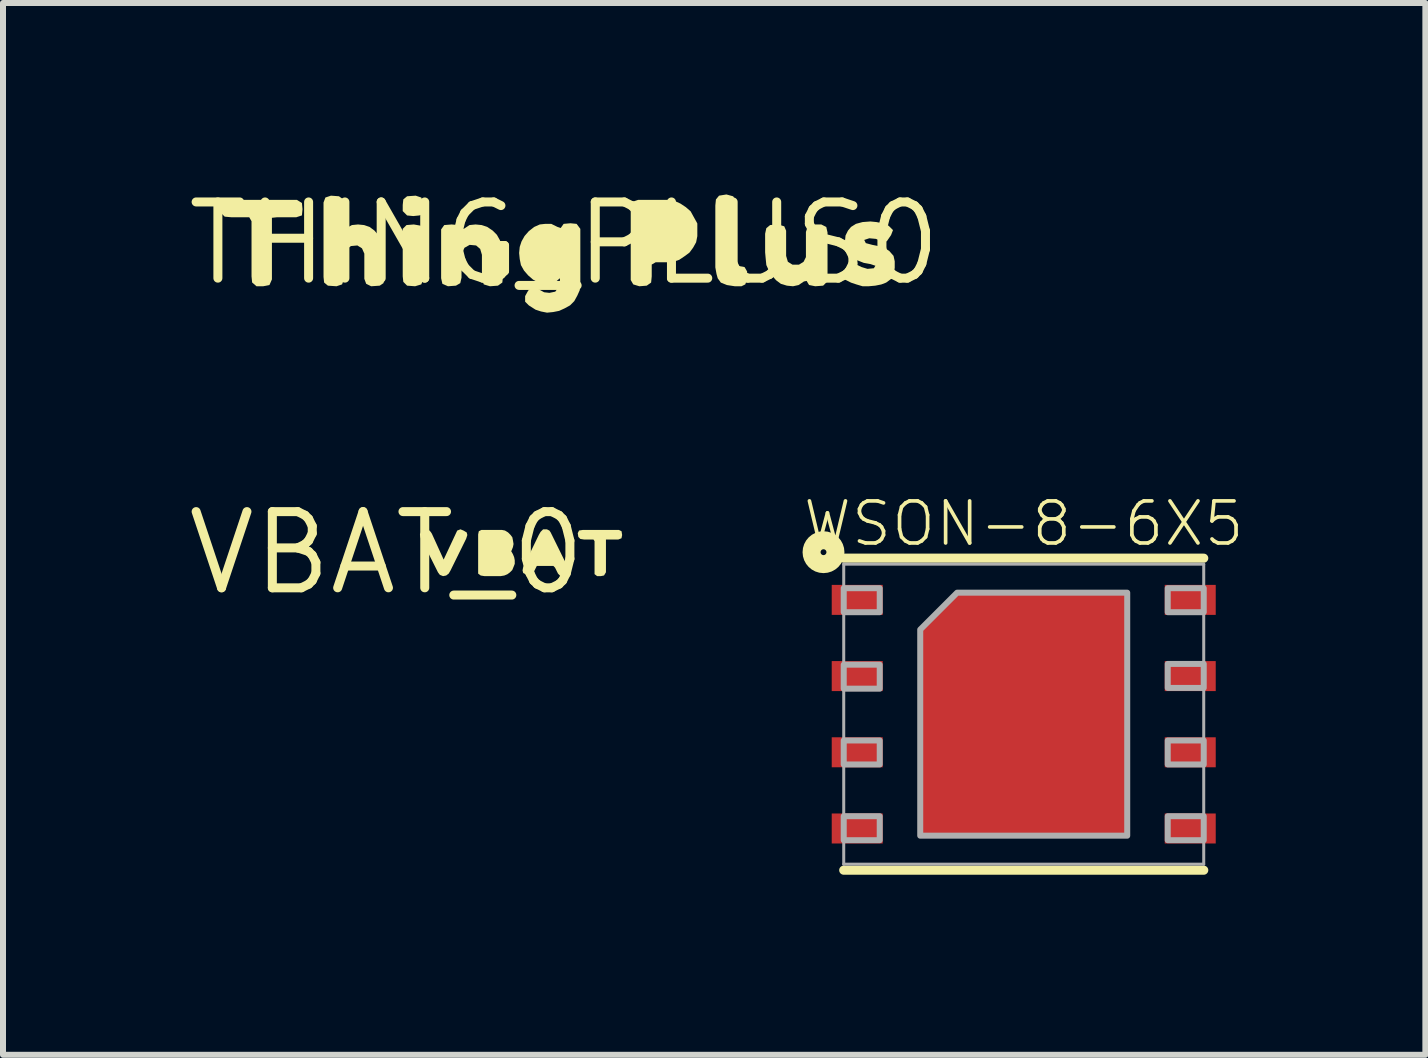
<source format=kicad_pcb>
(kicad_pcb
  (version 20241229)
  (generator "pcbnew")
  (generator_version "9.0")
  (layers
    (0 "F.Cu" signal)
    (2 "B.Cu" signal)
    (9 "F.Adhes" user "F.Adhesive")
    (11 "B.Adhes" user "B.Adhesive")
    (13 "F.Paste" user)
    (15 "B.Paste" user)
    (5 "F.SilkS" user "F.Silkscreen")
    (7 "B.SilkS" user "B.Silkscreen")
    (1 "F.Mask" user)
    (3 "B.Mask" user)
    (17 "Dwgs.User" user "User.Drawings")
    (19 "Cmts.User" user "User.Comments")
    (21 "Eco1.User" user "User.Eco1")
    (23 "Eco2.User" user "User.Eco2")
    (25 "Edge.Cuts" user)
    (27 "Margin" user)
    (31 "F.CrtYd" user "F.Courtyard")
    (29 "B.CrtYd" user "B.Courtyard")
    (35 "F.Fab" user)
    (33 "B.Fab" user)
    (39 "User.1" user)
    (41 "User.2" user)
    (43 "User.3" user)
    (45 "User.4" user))
  (footprint "THING_PLUS0"
    (layer "F.Cu")
    (at 6.357 1.006)
    (property "Reference" "THING_PLUS0" (at 0 0 0) (layer "F.SilkS") (effects (font (size 1.27 1.27) (thickness 0.15))))
    (fp_poly (pts (xy -2.397 -0.295) (xy -2.355 -0.221) (xy -2.355 0.611) (xy -2.386 0.684) (xy -2.489 0.715) (xy -2.622 0.705) (xy -2.685 0.642) (xy -2.695 0.55) (xy -2.695 -0.242) (xy -2.632 -0.305) (xy -2.51 -0.315)) (stroke (width 0) (type default)) (fill yes) (layer "F.SilkS"))
    (fp_poly (pts (xy -2.386 -0.764) (xy -2.355 -0.681) (xy -2.355 -0.569) (xy -2.386 -0.476) (xy -2.419 -0.465) (xy -2.52 -0.455) (xy -2.622 -0.465) (xy -2.695 -0.538) (xy -2.695 -0.64) (xy -2.685 -0.733) (xy -2.622 -0.785) (xy -2.479 -0.795)) (stroke (width 0) (type default)) (fill yes) (layer "F.SilkS"))
    (fp_poly (pts (xy 2.813 -0.784) (xy 2.855 -0.701) (xy 2.855 0.21) (xy 2.865 0.318) (xy 2.903 0.376) (xy 3.003 0.396) (xy 3.045 0.469) (xy 3.045 0.601) (xy 3.014 0.684) (xy 2.951 0.715) (xy 2.84 0.715) (xy 2.709 0.695) (xy 2.607 0.654) (xy 2.555 0.582) (xy 2.535 0.511) (xy 2.515 0.4) (xy 2.515 -0.63) (xy 2.525 -0.732) (xy 2.577 -0.795) (xy 2.7 -0.815)) (stroke (width 0) (type default)) (fill yes) (layer "F.SilkS"))
    (fp_poly (pts (xy -4.375 -0.673) (xy -4.365 -0.57) (xy -4.375 -0.466) (xy -4.469 -0.435) (xy -4.79 -0.435) (xy -4.875 -0.426) (xy -4.875 0.601) (xy -4.916 0.694) (xy -5.02 0.715) (xy -5.132 0.715) (xy -5.205 0.652) (xy -5.215 0.55) (xy -5.215 -0.369) (xy -5.253 -0.435) (xy -5.55 -0.435) (xy -5.662 -0.445) (xy -5.725 -0.508) (xy -5.735 -0.621) (xy -5.693 -0.704) (xy -5.59 -0.725) (xy -4.459 -0.725)) (stroke (width 0) (type default)) (fill yes) (layer "F.SilkS"))
    (fp_poly (pts (xy 1.842 -0.705) (xy 1.932 -0.664) (xy 2.023 -0.604) (xy 2.104 -0.533) (xy 2.154 -0.442) (xy 2.204 -0.352) (xy 2.215 -0.331) (xy 2.215 -0.12) (xy 2.195 -0.018) (xy 2.144 0.073) (xy 2.084 0.154) (xy 2.003 0.214) (xy 1.916 0.272) (xy 1.917 0.273) (xy 1.912 0.275) (xy 1.908 0.277) (xy 1.907 0.276) (xy 1.821 0.305) (xy 1.72 0.315) (xy 1.521 0.315) (xy 1.455 0.353) (xy 1.455 0.55) (xy 1.445 0.653) (xy 1.372 0.705) (xy 1.249 0.715) (xy 1.147 0.684) (xy 1.105 0.611) (xy 1.105 -0.611) (xy 1.136 -0.694) (xy 1.229 -0.725) (xy 1.751 -0.725)) (stroke (width 0) (type default)) (fill yes) (layer "F.SilkS"))
    (fp_poly (pts (xy -1.379 -0.305) (xy -1.288 -0.275) (xy -1.197 -0.214) (xy -1.126 -0.143) (xy -1.075 -0.052) (xy -1.045 0.039) (xy -1.025 0.14) (xy -1.025 0.56) (xy -1.035 0.653) (xy -1.108 0.705) (xy -1.241 0.715) (xy -1.344 0.684) (xy -1.375 0.601) (xy -1.375 0.191) (xy -1.404 0.093) (xy -1.472 0.035) (xy -1.579 0.025) (xy -1.666 0.074) (xy -1.705 0.161) (xy -1.715 0.26) (xy -1.715 0.571) (xy -1.736 0.663) (xy -1.808 0.705) (xy -1.941 0.715) (xy -2.034 0.674) (xy -2.055 0.581) (xy -2.055 -0.232) (xy -2.003 -0.305) (xy -1.88 -0.315) (xy -1.767 -0.305) (xy -1.718 -0.236) (xy -1.672 -0.245) (xy -1.582 -0.305) (xy -1.48 -0.315)) (stroke (width 0) (type default)) (fill yes) (layer "F.SilkS"))
    (fp_poly (pts (xy -3.758 -0.785) (xy -3.685 -0.733) (xy -3.675 -0.64) (xy -3.675 -0.237) (xy -3.632 -0.255) (xy -3.542 -0.305) (xy -3.44 -0.315) (xy -3.339 -0.305) (xy -3.248 -0.274) (xy -3.167 -0.214) (xy -3.096 -0.133) (xy -3.045 -0.052) (xy -3.015 0.039) (xy -2.995 0.15) (xy -2.995 0.571) (xy -3.016 0.663) (xy -3.078 0.705) (xy -3.221 0.715) (xy -3.304 0.674) (xy -3.335 0.591) (xy -3.335 0.171) (xy -3.374 0.083) (xy -3.451 0.035) (xy -3.558 0.045) (xy -3.636 0.103) (xy -3.675 0.191) (xy -3.675 0.601) (xy -3.706 0.684) (xy -3.799 0.715) (xy -3.942 0.705) (xy -4.005 0.653) (xy -4.015 0.56) (xy -4.015 -0.681) (xy -3.984 -0.764) (xy -3.891 -0.795)) (stroke (width 0) (type default)) (fill yes) (layer "F.SilkS"))
    (fp_poly (pts (xy 3.664 -0.284) (xy 3.695 -0.211) (xy 3.695 0.209) (xy 3.724 0.307) (xy 3.801 0.355) (xy 3.909 0.355) (xy 3.986 0.307) (xy 4.025 0.229) (xy 4.025 -0.191) (xy 4.056 -0.284) (xy 4.149 -0.315) (xy 4.281 -0.315) (xy 4.364 -0.273) (xy 4.385 -0.181) (xy 4.385 0.54) (xy 4.375 0.642) (xy 4.312 0.705) (xy 4.18 0.715) (xy 4.077 0.694) (xy 4.037 0.626) (xy 3.992 0.635) (xy 3.902 0.695) (xy 3.81 0.715) (xy 3.709 0.705) (xy 3.608 0.675) (xy 3.527 0.614) (xy 3.456 0.533) (xy 3.406 0.452) (xy 3.365 0.361) (xy 3.355 0.26) (xy 3.345 0.15) (xy 3.345 -0.161) (xy 3.365 -0.253) (xy 3.428 -0.305) (xy 3.561 -0.315)) (stroke (width 0) (type default)) (fill yes) (layer "F.SilkS"))
    (fp_poly (pts (xy 0.203 -0.325) (xy 0.265 -0.242) (xy 0.265 0.68) (xy 0.255 0.781) (xy 0.214 0.872) (xy 0.164 0.963) (xy 0.093 1.034) (xy 0.002 1.084) (xy -0.088 1.125) (xy -0.189 1.145) (xy -0.29 1.155) (xy -0.391 1.135) (xy -0.482 1.105) (xy -0.593 1.034) (xy -0.655 0.972) (xy -0.655 0.879) (xy -0.604 0.787) (xy -0.521 0.724) (xy -0.428 0.766) (xy -0.338 0.815) (xy -0.25 0.825) (xy -0.153 0.805) (xy -0.095 0.728) (xy -0.075 0.63) (xy -0.075 0.581) (xy -0.137 0.634) (xy -0.229 0.665) (xy -0.34 0.675) (xy -0.432 0.655) (xy -0.523 0.604) (xy -0.604 0.534) (xy -0.674 0.453) (xy -0.725 0.362) (xy -0.745 0.261) (xy -0.755 0.16) (xy -0.745 0.059) (xy -0.715 -0.032) (xy -0.664 -0.123) (xy -0.593 -0.204) (xy -0.503 -0.274) (xy -0.411 -0.315) (xy -0.32 -0.325) (xy -0.219 -0.325) (xy -0.118 -0.275) (xy -0.062 -0.256) (xy -0.013 -0.325) (xy 0.1 -0.335)) (stroke (width 0) (type default)) (fill yes) (layer "F.SilkS"))
    (fp_poly (pts (xy 5.201 -0.355) (xy 5.301 -0.335) (xy 5.403 -0.294) (xy 5.476 -0.221) (xy 5.444 -0.138) (xy 5.373 -0.035) (xy 5.299 -0.035) (xy 5.189 -0.075) (xy 5.081 -0.085) (xy 4.997 -0.057) (xy 5.023 -0.004) (xy 5.131 0.025) (xy 5.231 0.045) (xy 5.332 0.075) (xy 5.413 0.126) (xy 5.485 0.208) (xy 5.505 0.299) (xy 5.505 0.41) (xy 5.485 0.512) (xy 5.444 0.593) (xy 5.362 0.654) (xy 5.281 0.685) (xy 5.181 0.705) (xy 5.07 0.715) (xy 4.969 0.715) (xy 4.868 0.685) (xy 4.778 0.655) (xy 4.676 0.604) (xy 4.645 0.52) (xy 4.686 0.427) (xy 4.758 0.335) (xy 4.851 0.345) (xy 4.952 0.395) (xy 5.051 0.425) (xy 5.157 0.415) (xy 5.183 0.373) (xy 5.099 0.345) (xy 4.989 0.325) (xy 4.888 0.285) (xy 4.797 0.234) (xy 4.736 0.163) (xy 4.695 0.072) (xy 4.675 -0.03) (xy 4.685 -0.131) (xy 4.726 -0.213) (xy 4.777 -0.274) (xy 4.858 -0.325) (xy 4.969 -0.355) (xy 5.1 -0.365)) (stroke (width 0) (type default)) (fill yes) (layer "F.SilkS")))
  (footprint "WSON-8-6X5"
    (layer "F.Cu")
    (at 14.012 8.853)
    (property "Reference" "WSON-8-6X5" (at 0 -3.175 0) (layer "F.SilkS") (effects (font (size 0.701 0.701) (thickness 0.061))))
    (fp_poly (pts (xy 1.725 2.025) (xy -1.725 2.025) (xy -1.725 -1.41) (xy -1.11 -2.025) (xy 1.725 -2.025)) (stroke (width 0) (type default)) (fill yes) (layer "F.Cu"))
    (fp_poly (pts (xy 1.825 2.125) (xy -1.825 2.125) (xy -1.825 -1.485) (xy -1.16 -2.15) (xy 1.825 -2.15)) (stroke (width 0) (type default)) (fill yes) (layer "F.Mask"))
    (fp_line (start -3 -2.6) (end 3 -2.6) (stroke (width 0.152) (type solid)) (layer "F.SilkS"))
    (fp_line (start -3 2.6) (end 3 2.6) (stroke (width 0.152) (type solid)) (layer "F.SilkS"))
    (fp_circle (center -3.337 -2.7) (end -3.288 -2.7) (stroke (width 0.3) (type solid)) (fill no) (layer "F.SilkS"))
    (fp_poly (pts (xy -0.4 0.4) (xy 0.4 0.4) (xy 0.4 -0.4) (xy -0.4 -0.4)) (stroke (width 0) (type default)) (fill yes) (layer "F.Paste"))
    (fp_line (start -3 -2.5) (end 3 -2.5) (stroke (width 0.05) (type solid)) (layer "F.Fab"))
    (fp_line (start -3 2.5) (end -3 -2.5) (stroke (width 0.05) (type solid)) (layer "F.Fab"))
    (fp_line (start 3 -2.5) (end 3 2.5) (stroke (width 0.05) (type solid)) (layer "F.Fab"))
    (fp_line (start 3 2.5) (end -3 2.5) (stroke (width 0.05) (type solid)) (layer "F.Fab"))
    (fp_poly (pts (xy -3 -1.7) (xy -2.4 -1.7) (xy -2.4 -2.1) (xy -3 -2.1)) (stroke (width 0.1) (type default)) (fill no) (layer "F.Fab"))
    (fp_poly (pts (xy -3 -0.425) (xy -2.4 -0.425) (xy -2.4 -0.825) (xy -3 -0.825)) (stroke (width 0.1) (type default)) (fill no) (layer "F.Fab"))
    (fp_poly (pts (xy -3 0.838) (xy -2.4 0.838) (xy -2.4 0.438) (xy -3 0.438)) (stroke (width 0.1) (type default)) (fill no) (layer "F.Fab"))
    (fp_poly (pts (xy -3 2.1) (xy -2.4 2.1) (xy -2.4 1.7) (xy -3 1.7)) (stroke (width 0.1) (type default)) (fill no) (layer "F.Fab"))
    (fp_poly (pts (xy 2.4 -1.7) (xy 3 -1.7) (xy 3 -2.1) (xy 2.4 -2.1)) (stroke (width 0.1) (type default)) (fill no) (layer "F.Fab"))
    (fp_poly (pts (xy 2.4 -0.438) (xy 3 -0.438) (xy 3 -0.838) (xy 2.4 -0.838)) (stroke (width 0.1) (type default)) (fill no) (layer "F.Fab"))
    (fp_poly (pts (xy 2.4 0.838) (xy 3 0.838) (xy 3 0.438) (xy 2.4 0.438)) (stroke (width 0.1) (type default)) (fill no) (layer "F.Fab"))
    (fp_poly (pts (xy 2.4 2.1) (xy 3 2.1) (xy 3 1.7) (xy 2.4 1.7)) (stroke (width 0.1) (type default)) (fill no) (layer "F.Fab"))
    (fp_poly (pts (xy 1.725 2.025) (xy -1.725 2.025) (xy -1.725 -1.41) (xy -1.11 -2.025) (xy 1.725 -2.025)) (stroke (width 0.1) (type default)) (fill no) (layer "F.Fab"))
    (pad "1" smd rect (at -2.775 -1.905 90) (size 0.5 0.85) (layers "F.Cu" "F.Mask" "F.Paste"))
    (pad "2" smd rect (at -2.775 -0.635 90) (size 0.5 0.85) (layers "F.Cu" "F.Mask" "F.Paste"))
    (pad "3" smd rect (at -2.775 0.635 90) (size 0.5 0.85) (layers "F.Cu" "F.Mask" "F.Paste"))
    (pad "4" smd rect (at -2.775 1.905 90) (size 0.5 0.85) (layers "F.Cu" "F.Mask" "F.Paste"))
    (pad "5" smd rect (at 2.775 1.905 90) (size 0.5 0.85) (layers "F.Cu" "F.Mask" "F.Paste"))
    (pad "6" smd rect (at 2.775 0.635 90) (size 0.5 0.85) (layers "F.Cu" "F.Mask" "F.Paste"))
    (pad "7" smd rect (at 2.775 -0.635 90) (size 0.5 0.85) (layers "F.Cu" "F.Mask" "F.Paste"))
    (pad "8" smd rect (at 2.775 -1.905 90) (size 0.5 0.85) (layers "F.Cu" "F.Mask" "F.Paste")))
  (footprint "VBAT_0"
    (layer "F.Cu")
    (at 3.394 6.167)
    (property "Reference" "VBAT_0" (at 0 0 0) (layer "F.SilkS") (effects (font (size 1.27 1.27) (thickness 0.15))))
    (fp_poly (pts (xy 3.915 -0.363) (xy 3.925 -0.3) (xy 3.914 -0.246) (xy 3.861 -0.225) (xy 3.655 -0.225) (xy 3.655 0.321) (xy 3.623 0.374) (xy 3.57 0.385) (xy 3.508 0.385) (xy 3.465 0.352) (xy 3.465 -0.198) (xy 3.447 -0.225) (xy 3.29 -0.225) (xy 3.228 -0.235) (xy 3.195 -0.268) (xy 3.185 -0.331) (xy 3.207 -0.375) (xy 3.27 -0.385) (xy 3.871 -0.385)) (stroke (width 0) (type default)) (fill yes) (layer "F.SilkS"))
    (fp_poly (pts (xy 0.734 -0.353) (xy 0.754 -0.322) (xy 0.945 0.098) (xy 0.95 0.109) (xy 1.176 -0.374) (xy 1.23 -0.395) (xy 1.282 -0.374) (xy 1.334 -0.343) (xy 1.345 -0.3) (xy 1.325 -0.238) (xy 1.064 0.292) (xy 1.034 0.343) (xy 0.992 0.375) (xy 0.94 0.385) (xy 0.887 0.364) (xy 0.856 0.323) (xy 0.565 -0.258) (xy 0.555 -0.311) (xy 0.576 -0.354) (xy 0.638 -0.385) (xy 0.692 -0.395)) (stroke (width 0) (type default)) (fill yes) (layer "F.SilkS"))
    (fp_poly (pts (xy 2.713 -0.374) (xy 2.734 -0.343) (xy 3.025 0.248) (xy 3.035 0.301) (xy 3.003 0.344) (xy 2.942 0.375) (xy 2.898 0.386) (xy 2.856 0.343) (xy 2.806 0.243) (xy 2.778 0.215) (xy 2.503 0.215) (xy 2.434 0.353) (xy 2.391 0.386) (xy 2.338 0.365) (xy 2.276 0.333) (xy 2.265 0.29) (xy 2.275 0.238) (xy 2.536 -0.302) (xy 2.566 -0.353) (xy 2.608 -0.395) (xy 2.671 -0.395)) (stroke (width 0) (type default)) (fill yes) (layer "F.SilkS"))
    (fp_poly (pts (xy 1.972 -0.375) (xy 2.023 -0.344) (xy 2.064 -0.303) (xy 2.095 -0.262) (xy 2.105 -0.211) (xy 2.115 -0.15) (xy 2.105 -0.099) (xy 2.085 -0.048) (xy 2.076 -0.03) (xy 2.104 0.018) (xy 2.125 0.069) (xy 2.135 0.12) (xy 2.135 0.181) (xy 2.115 0.232) (xy 2.094 0.283) (xy 2.053 0.324) (xy 2.012 0.354) (xy 1.961 0.375) (xy 1.9 0.385) (xy 1.63 0.385) (xy 1.568 0.375) (xy 1.525 0.343) (xy 1.525 -0.31) (xy 1.536 -0.363) (xy 1.579 -0.385) (xy 1.92 -0.385)) (stroke (width 0) (type default)) (fill yes) (layer "F.SilkS")))
  (gr_rect
    (start -3 -3)
    (end 20.706 14.53)
    (stroke (width 0.1) (type default))
    (fill no)
    (layer "Edge.Cuts")))
</source>
